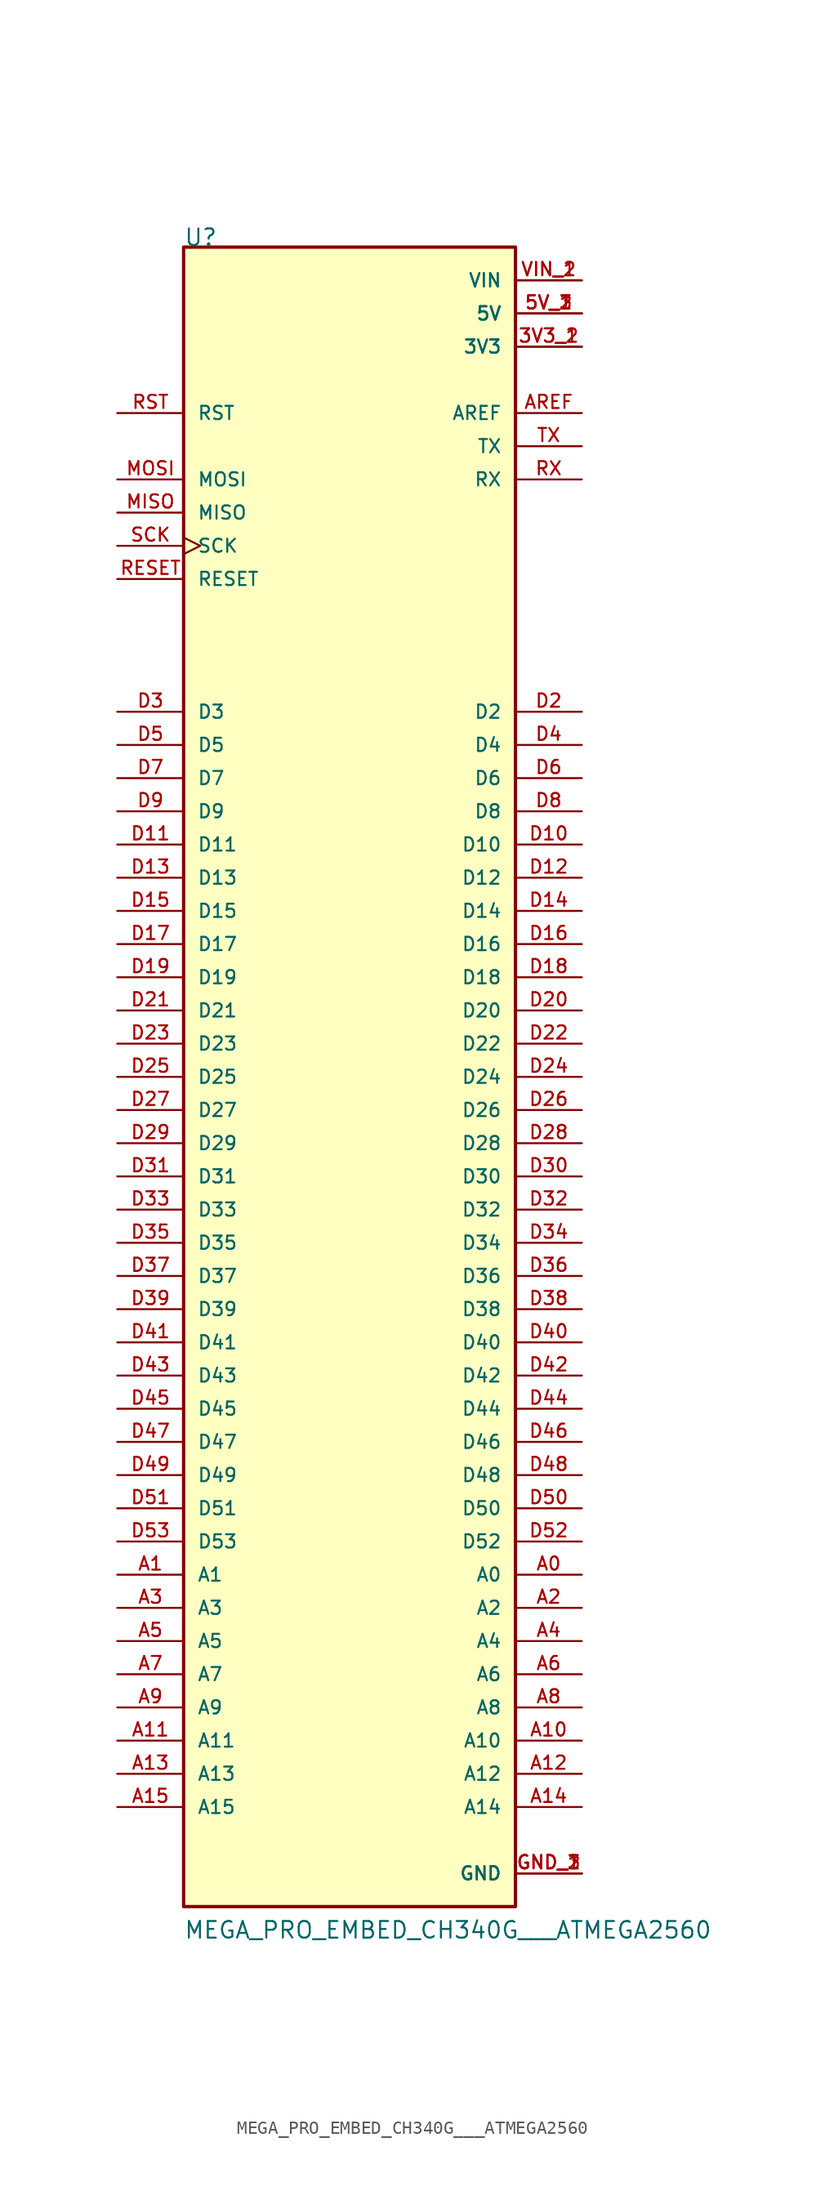
<source format=kicad_sym>
(kicad_symbol_lib
  (version 20211014)
  (generator kicad_symbol_editor)
  (symbol "MEGA_PRO_EMBED_CH340G___ATMEGA2560"
    (pin_names
      (offset 1.016))
    (property "Reference" "U"
      (at -12.7 63.5 0)
      (effects (font (size 1.27 1.27)) (justify bottom left)))
    (property "Value" "MEGA_PRO_EMBED_CH340G___ATMEGA2560"
      (at -12.7 -66.04 0)
      (effects (font (size 1.27 1.27)) (justify bottom left)))
    (symbol "MEGA_PRO_EMBED_CH340G___ATMEGA2560_0_0"
      (rectangle (start -12.7 -63.5) (end 12.7 63.5) (stroke (width 0.254)) (fill (type background)))
      (pin bidirectional line (at 17.78 50.8 180.0) (length 5.08) (name "AREF" (effects (font (size 1.016 1.016)))) (number "AREF" (effects (font (size 1.016 1.016)))))
      (pin input line (at 17.78 45.72 180.0) (length 5.08) (name "RX" (effects (font (size 1.016 1.016)))) (number "RX" (effects (font (size 1.016 1.016)))))
      (pin bidirectional line (at 17.78 27.94 180.0) (length 5.08) (name "D2" (effects (font (size 1.016 1.016)))) (number "D2" (effects (font (size 1.016 1.016)))))
      (pin bidirectional line (at 17.78 25.4 180.0) (length 5.08) (name "D4" (effects (font (size 1.016 1.016)))) (number "D4" (effects (font (size 1.016 1.016)))))
      (pin bidirectional line (at 17.78 22.86 180.0) (length 5.08) (name "D6" (effects (font (size 1.016 1.016)))) (number "D6" (effects (font (size 1.016 1.016)))))
      (pin bidirectional line (at 17.78 20.32 180.0) (length 5.08) (name "D8" (effects (font (size 1.016 1.016)))) (number "D8" (effects (font (size 1.016 1.016)))))
      (pin bidirectional line (at 17.78 17.78 180.0) (length 5.08) (name "D10" (effects (font (size 1.016 1.016)))) (number "D10" (effects (font (size 1.016 1.016)))))
      (pin bidirectional line (at 17.78 15.24 180.0) (length 5.08) (name "D12" (effects (font (size 1.016 1.016)))) (number "D12" (effects (font (size 1.016 1.016)))))
      (pin bidirectional line (at 17.78 12.7 180.0) (length 5.08) (name "D14" (effects (font (size 1.016 1.016)))) (number "D14" (effects (font (size 1.016 1.016)))))
      (pin bidirectional line (at 17.78 10.16 180.0) (length 5.08) (name "D16" (effects (font (size 1.016 1.016)))) (number "D16" (effects (font (size 1.016 1.016)))))
      (pin bidirectional line (at 17.78 7.62 180.0) (length 5.08) (name "D18" (effects (font (size 1.016 1.016)))) (number "D18" (effects (font (size 1.016 1.016)))))
      (pin bidirectional line (at 17.78 5.08 180.0) (length 5.08) (name "D20" (effects (font (size 1.016 1.016)))) (number "D20" (effects (font (size 1.016 1.016)))))
      (pin bidirectional line (at 17.78 2.54 180.0) (length 5.08) (name "D22" (effects (font (size 1.016 1.016)))) (number "D22" (effects (font (size 1.016 1.016)))))
      (pin bidirectional line (at 17.78 0.0 180.0) (length 5.08) (name "D24" (effects (font (size 1.016 1.016)))) (number "D24" (effects (font (size 1.016 1.016)))))
      (pin bidirectional line (at 17.78 -2.54 180.0) (length 5.08) (name "D26" (effects (font (size 1.016 1.016)))) (number "D26" (effects (font (size 1.016 1.016)))))
      (pin bidirectional line (at 17.78 -5.08 180.0) (length 5.08) (name "D28" (effects (font (size 1.016 1.016)))) (number "D28" (effects (font (size 1.016 1.016)))))
      (pin bidirectional line (at 17.78 -7.62 180.0) (length 5.08) (name "D30" (effects (font (size 1.016 1.016)))) (number "D30" (effects (font (size 1.016 1.016)))))
      (pin power_in line (at 17.78 60.96 180.0) (length 5.08) (name "VIN" (effects (font (size 1.016 1.016)))) (number "VIN_1" (effects (font (size 1.016 1.016)))))
      (pin power_in line (at 17.78 60.96 180.0) (length 5.08) (name "VIN" (effects (font (size 1.016 1.016)))) (number "VIN_2" (effects (font (size 1.016 1.016)))))
      (pin power_in line (at 17.78 -60.96 180.0) (length 5.08) (name "GND" (effects (font (size 1.016 1.016)))) (number "GND_1" (effects (font (size 1.016 1.016)))))
      (pin power_in line (at 17.78 -60.96 180.0) (length 5.08) (name "GND" (effects (font (size 1.016 1.016)))) (number "GND_2" (effects (font (size 1.016 1.016)))))
      (pin power_in line (at 17.78 -60.96 180.0) (length 5.08) (name "GND" (effects (font (size 1.016 1.016)))) (number "GND_3" (effects (font (size 1.016 1.016)))))
      (pin power_in line (at 17.78 58.42 180.0) (length 5.08) (name "5V" (effects (font (size 1.016 1.016)))) (number "5V_1" (effects (font (size 1.016 1.016)))))
      (pin power_in line (at 17.78 58.42 180.0) (length 5.08) (name "5V" (effects (font (size 1.016 1.016)))) (number "5V_2" (effects (font (size 1.016 1.016)))))
      (pin power_in line (at 17.78 58.42 180.0) (length 5.08) (name "5V" (effects (font (size 1.016 1.016)))) (number "5V_3" (effects (font (size 1.016 1.016)))))
      (pin power_in line (at 17.78 55.88 180.0) (length 5.08) (name "3V3" (effects (font (size 1.016 1.016)))) (number "3V3_1" (effects (font (size 1.016 1.016)))))
      (pin power_in line (at 17.78 55.88 180.0) (length 5.08) (name "3V3" (effects (font (size 1.016 1.016)))) (number "3V3_2" (effects (font (size 1.016 1.016)))))
      (pin input line (at -17.78 50.8 0) (length 5.08) (name "RST" (effects (font (size 1.016 1.016)))) (number "RST" (effects (font (size 1.016 1.016)))))
      (pin output line (at 17.78 48.26 180.0) (length 5.08) (name "TX" (effects (font (size 1.016 1.016)))) (number "TX" (effects (font (size 1.016 1.016)))))
      (pin bidirectional line (at -17.78 27.94 0) (length 5.08) (name "D3" (effects (font (size 1.016 1.016)))) (number "D3" (effects (font (size 1.016 1.016)))))
      (pin bidirectional line (at -17.78 25.4 0) (length 5.08) (name "D5" (effects (font (size 1.016 1.016)))) (number "D5" (effects (font (size 1.016 1.016)))))
      (pin bidirectional line (at -17.78 22.86 0) (length 5.08) (name "D7" (effects (font (size 1.016 1.016)))) (number "D7" (effects (font (size 1.016 1.016)))))
      (pin bidirectional line (at -17.78 20.32 0) (length 5.08) (name "D9" (effects (font (size 1.016 1.016)))) (number "D9" (effects (font (size 1.016 1.016)))))
      (pin bidirectional line (at -17.78 17.78 0) (length 5.08) (name "D11" (effects (font (size 1.016 1.016)))) (number "D11" (effects (font (size 1.016 1.016)))))
      (pin bidirectional line (at -17.78 15.24 0) (length 5.08) (name "D13" (effects (font (size 1.016 1.016)))) (number "D13" (effects (font (size 1.016 1.016)))))
      (pin bidirectional line (at -17.78 12.7 0) (length 5.08) (name "D15" (effects (font (size 1.016 1.016)))) (number "D15" (effects (font (size 1.016 1.016)))))
      (pin bidirectional line (at -17.78 10.16 0) (length 5.08) (name "D17" (effects (font (size 1.016 1.016)))) (number "D17" (effects (font (size 1.016 1.016)))))
      (pin bidirectional line (at -17.78 7.62 0) (length 5.08) (name "D19" (effects (font (size 1.016 1.016)))) (number "D19" (effects (font (size 1.016 1.016)))))
      (pin bidirectional line (at -17.78 5.08 0) (length 5.08) (name "D21" (effects (font (size 1.016 1.016)))) (number "D21" (effects (font (size 1.016 1.016)))))
      (pin bidirectional line (at -17.78 2.54 0) (length 5.08) (name "D23" (effects (font (size 1.016 1.016)))) (number "D23" (effects (font (size 1.016 1.016)))))
      (pin bidirectional line (at -17.78 0.0 0) (length 5.08) (name "D25" (effects (font (size 1.016 1.016)))) (number "D25" (effects (font (size 1.016 1.016)))))
      (pin bidirectional line (at -17.78 -2.54 0) (length 5.08) (name "D27" (effects (font (size 1.016 1.016)))) (number "D27" (effects (font (size 1.016 1.016)))))
      (pin bidirectional line (at -17.78 -5.08 0) (length 5.08) (name "D29" (effects (font (size 1.016 1.016)))) (number "D29" (effects (font (size 1.016 1.016)))))
      (pin bidirectional line (at -17.78 -7.62 0) (length 5.08) (name "D31" (effects (font (size 1.016 1.016)))) (number "D31" (effects (font (size 1.016 1.016)))))
      (pin bidirectional line (at -17.78 -10.16 0) (length 5.08) (name "D33" (effects (font (size 1.016 1.016)))) (number "D33" (effects (font (size 1.016 1.016)))))
      (pin bidirectional line (at -17.78 -12.7 0) (length 5.08) (name "D35" (effects (font (size 1.016 1.016)))) (number "D35" (effects (font (size 1.016 1.016)))))
      (pin bidirectional line (at -17.78 -15.24 0) (length 5.08) (name "D37" (effects (font (size 1.016 1.016)))) (number "D37" (effects (font (size 1.016 1.016)))))
      (pin bidirectional line (at -17.78 -17.78 0) (length 5.08) (name "D39" (effects (font (size 1.016 1.016)))) (number "D39" (effects (font (size 1.016 1.016)))))
      (pin bidirectional line (at -17.78 -20.32 0) (length 5.08) (name "D41" (effects (font (size 1.016 1.016)))) (number "D41" (effects (font (size 1.016 1.016)))))
      (pin bidirectional line (at -17.78 -22.86 0) (length 5.08) (name "D43" (effects (font (size 1.016 1.016)))) (number "D43" (effects (font (size 1.016 1.016)))))
      (pin bidirectional line (at -17.78 -25.4 0) (length 5.08) (name "D45" (effects (font (size 1.016 1.016)))) (number "D45" (effects (font (size 1.016 1.016)))))
      (pin bidirectional line (at -17.78 -27.94 0) (length 5.08) (name "D47" (effects (font (size 1.016 1.016)))) (number "D47" (effects (font (size 1.016 1.016)))))
      (pin bidirectional line (at -17.78 -30.48 0) (length 5.08) (name "D49" (effects (font (size 1.016 1.016)))) (number "D49" (effects (font (size 1.016 1.016)))))
      (pin bidirectional line (at -17.78 -33.02 0) (length 5.08) (name "D51" (effects (font (size 1.016 1.016)))) (number "D51" (effects (font (size 1.016 1.016)))))
      (pin bidirectional line (at -17.78 -35.56 0) (length 5.08) (name "D53" (effects (font (size 1.016 1.016)))) (number "D53" (effects (font (size 1.016 1.016)))))
      (pin bidirectional line (at -17.78 -38.1 0) (length 5.08) (name "A1" (effects (font (size 1.016 1.016)))) (number "A1" (effects (font (size 1.016 1.016)))))
      (pin bidirectional line (at -17.78 -40.64 0) (length 5.08) (name "A3" (effects (font (size 1.016 1.016)))) (number "A3" (effects (font (size 1.016 1.016)))))
      (pin bidirectional line (at -17.78 -43.18 0) (length 5.08) (name "A5" (effects (font (size 1.016 1.016)))) (number "A5" (effects (font (size 1.016 1.016)))))
      (pin bidirectional line (at -17.78 -45.72 0) (length 5.08) (name "A7" (effects (font (size 1.016 1.016)))) (number "A7" (effects (font (size 1.016 1.016)))))
      (pin bidirectional line (at 17.78 -10.16 180.0) (length 5.08) (name "D32" (effects (font (size 1.016 1.016)))) (number "D32" (effects (font (size 1.016 1.016)))))
      (pin bidirectional line (at 17.78 -12.7 180.0) (length 5.08) (name "D34" (effects (font (size 1.016 1.016)))) (number "D34" (effects (font (size 1.016 1.016)))))
      (pin bidirectional line (at 17.78 -15.24 180.0) (length 5.08) (name "D36" (effects (font (size 1.016 1.016)))) (number "D36" (effects (font (size 1.016 1.016)))))
      (pin bidirectional line (at 17.78 -17.78 180.0) (length 5.08) (name "D38" (effects (font (size 1.016 1.016)))) (number "D38" (effects (font (size 1.016 1.016)))))
      (pin bidirectional line (at 17.78 -20.32 180.0) (length 5.08) (name "D40" (effects (font (size 1.016 1.016)))) (number "D40" (effects (font (size 1.016 1.016)))))
      (pin bidirectional line (at 17.78 -22.86 180.0) (length 5.08) (name "D42" (effects (font (size 1.016 1.016)))) (number "D42" (effects (font (size 1.016 1.016)))))
      (pin bidirectional line (at 17.78 -25.4 180.0) (length 5.08) (name "D44" (effects (font (size 1.016 1.016)))) (number "D44" (effects (font (size 1.016 1.016)))))
      (pin bidirectional line (at 17.78 -27.94 180.0) (length 5.08) (name "D46" (effects (font (size 1.016 1.016)))) (number "D46" (effects (font (size 1.016 1.016)))))
      (pin bidirectional line (at 17.78 -30.48 180.0) (length 5.08) (name "D48" (effects (font (size 1.016 1.016)))) (number "D48" (effects (font (size 1.016 1.016)))))
      (pin bidirectional line (at 17.78 -33.02 180.0) (length 5.08) (name "D50" (effects (font (size 1.016 1.016)))) (number "D50" (effects (font (size 1.016 1.016)))))
      (pin bidirectional line (at 17.78 -35.56 180.0) (length 5.08) (name "D52" (effects (font (size 1.016 1.016)))) (number "D52" (effects (font (size 1.016 1.016)))))
      (pin bidirectional line (at 17.78 -38.1 180.0) (length 5.08) (name "A0" (effects (font (size 1.016 1.016)))) (number "A0" (effects (font (size 1.016 1.016)))))
      (pin bidirectional line (at 17.78 -40.64 180.0) (length 5.08) (name "A2" (effects (font (size 1.016 1.016)))) (number "A2" (effects (font (size 1.016 1.016)))))
      (pin bidirectional line (at 17.78 -43.18 180.0) (length 5.08) (name "A4" (effects (font (size 1.016 1.016)))) (number "A4" (effects (font (size 1.016 1.016)))))
      (pin bidirectional line (at 17.78 -45.72 180.0) (length 5.08) (name "A6" (effects (font (size 1.016 1.016)))) (number "A6" (effects (font (size 1.016 1.016)))))
      (pin bidirectional line (at 17.78 -48.26 180.0) (length 5.08) (name "A8" (effects (font (size 1.016 1.016)))) (number "A8" (effects (font (size 1.016 1.016)))))
      (pin bidirectional line (at -17.78 -48.26 0) (length 5.08) (name "A9" (effects (font (size 1.016 1.016)))) (number "A9" (effects (font (size 1.016 1.016)))))
      (pin bidirectional line (at -17.78 -50.8 0) (length 5.08) (name "A11" (effects (font (size 1.016 1.016)))) (number "A11" (effects (font (size 1.016 1.016)))))
      (pin bidirectional line (at -17.78 -53.34 0) (length 5.08) (name "A13" (effects (font (size 1.016 1.016)))) (number "A13" (effects (font (size 1.016 1.016)))))
      (pin bidirectional line (at -17.78 -55.88 0) (length 5.08) (name "A15" (effects (font (size 1.016 1.016)))) (number "A15" (effects (font (size 1.016 1.016)))))
      (pin bidirectional line (at 17.78 -50.8 180.0) (length 5.08) (name "A10" (effects (font (size 1.016 1.016)))) (number "A10" (effects (font (size 1.016 1.016)))))
      (pin bidirectional line (at 17.78 -53.34 180.0) (length 5.08) (name "A12" (effects (font (size 1.016 1.016)))) (number "A12" (effects (font (size 1.016 1.016)))))
      (pin bidirectional line (at 17.78 -55.88 180.0) (length 5.08) (name "A14" (effects (font (size 1.016 1.016)))) (number "A14" (effects (font (size 1.016 1.016)))))
      (pin bidirectional line (at -17.78 45.72 0) (length 5.08) (name "MOSI" (effects (font (size 1.016 1.016)))) (number "MOSI" (effects (font (size 1.016 1.016)))))
      (pin bidirectional line (at -17.78 43.18 0) (length 5.08) (name "MISO" (effects (font (size 1.016 1.016)))) (number "MISO" (effects (font (size 1.016 1.016)))))
      (pin bidirectional clock (at -17.78 40.64 0) (length 5.08) (name "SCK" (effects (font (size 1.016 1.016)))) (number "SCK" (effects (font (size 1.016 1.016)))))
      (pin input line (at -17.78 38.1 0) (length 5.08) (name "RESET" (effects (font (size 1.016 1.016)))) (number "RESET" (effects (font (size 1.016 1.016))))))))
</source>
